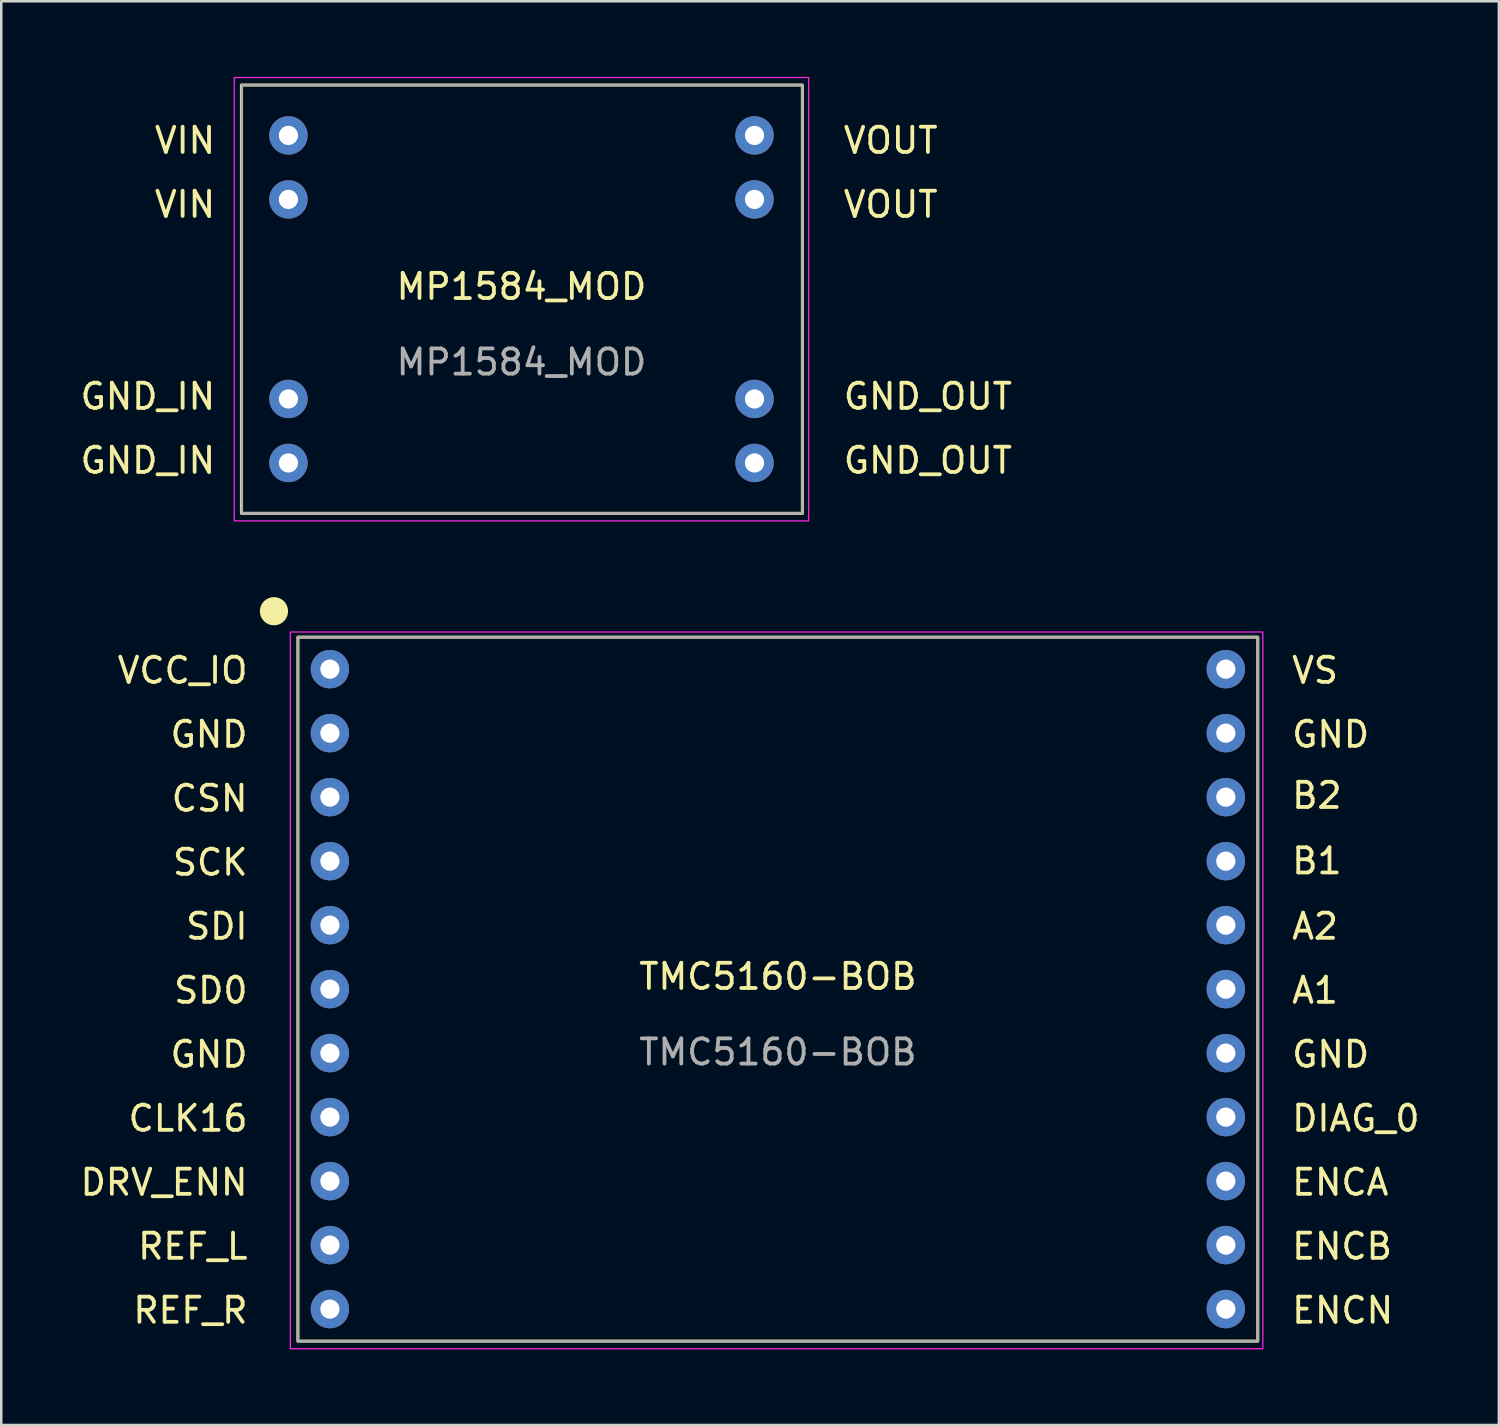
<source format=kicad_pcb>
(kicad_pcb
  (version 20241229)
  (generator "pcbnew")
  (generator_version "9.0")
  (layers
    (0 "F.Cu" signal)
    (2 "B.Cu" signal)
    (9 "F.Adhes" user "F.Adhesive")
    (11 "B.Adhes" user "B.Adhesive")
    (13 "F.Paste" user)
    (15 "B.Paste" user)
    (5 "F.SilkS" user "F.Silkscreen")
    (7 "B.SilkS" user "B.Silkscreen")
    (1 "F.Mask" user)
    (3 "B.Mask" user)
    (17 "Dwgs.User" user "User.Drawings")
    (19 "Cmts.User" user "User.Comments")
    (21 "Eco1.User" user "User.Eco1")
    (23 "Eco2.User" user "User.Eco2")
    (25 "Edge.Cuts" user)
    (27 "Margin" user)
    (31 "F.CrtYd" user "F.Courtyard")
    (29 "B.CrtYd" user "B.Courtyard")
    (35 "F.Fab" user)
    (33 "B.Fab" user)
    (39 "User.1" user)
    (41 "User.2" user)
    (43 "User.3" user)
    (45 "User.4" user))
  (footprint "TMC5160-BOB"
    (layer "F.Cu")
    (at 27.824 36.21)
    (property "Reference" "TMC5160-BOB" (at 0 -0.5 0) (unlocked yes) (layer "F.SilkS") (effects (font (size 1 1) (thickness 0.15))))
    (attr through_hole)
    (fp_rect (start -19.05 13.97) (end 19.05 -13.97) (stroke (width 0.12) (type default)) (fill no) (layer "F.SilkS"))
    (fp_circle (center -20 -15) (end -19.5 -15) (stroke (width 0.12) (type solid)) (fill yes) (layer "F.SilkS"))
    (fp_rect (start -19.35 -14.175) (end 19.25 14.275) (stroke (width 0.05) (type default)) (fill no) (layer "F.CrtYd"))
    (fp_rect (start 19.05 -13.975) (end -19.05 13.975) (stroke (width 0.1) (type default)) (fill no) (layer "F.Fab"))
    (fp_text user "DRV_ENN" (at -20.955 8.255 0) (unlocked yes) (layer "F.SilkS") (effects (font (size 1 1) (thickness 0.15)) (justify right bottom)))
    (fp_text user "GND" (at -20.955 -9.525 0) (unlocked yes) (layer "F.SilkS") (effects (font (size 1 1) (thickness 0.15)) (justify right bottom)))
    (fp_text user "ENCB" (at 20.32 10.795 0) (unlocked yes) (layer "F.SilkS") (effects (font (size 1 1) (thickness 0.15)) (justify left bottom)))
    (fp_text user "VS" (at 20.32 -12.065 0) (unlocked yes) (layer "F.SilkS") (effects (font (size 1 1) (thickness 0.15)) (justify left bottom)))
    (fp_text user "ENCN" (at 20.32 13.335 0) (unlocked yes) (layer "F.SilkS") (effects (font (size 1 1) (thickness 0.15)) (justify left bottom)))
    (fp_text user "VCC_IO" (at -20.955 -12.065 0) (unlocked yes) (layer "F.SilkS") (effects (font (size 1 1) (thickness 0.15)) (justify right bottom)))
    (fp_text user "ENCA" (at 20.32 8.255 0) (unlocked yes) (layer "F.SilkS") (effects (font (size 1 1) (thickness 0.15)) (justify left bottom)))
    (fp_text user "GND" (at -20.955 3.175 0) (unlocked yes) (layer "F.SilkS") (effects (font (size 1 1) (thickness 0.15)) (justify right bottom)))
    (fp_text user "B1" (at 20.32 -4.5 0) (unlocked yes) (layer "F.SilkS") (effects (font (size 1 1) (thickness 0.15)) (justify left bottom)))
    (fp_text user "SD0" (at -20.955 0.635 0) (unlocked yes) (layer "F.SilkS") (effects (font (size 1 1) (thickness 0.15)) (justify right bottom)))
    (fp_text user "A1" (at 20.32 0.635 0) (unlocked yes) (layer "F.SilkS") (effects (font (size 1 1) (thickness 0.15)) (justify left bottom)))
    (fp_text user "DIAG_0" (at 20.32 5.715 0) (unlocked yes) (layer "F.SilkS") (effects (font (size 1 1) (thickness 0.15)) (justify left bottom)))
    (fp_text user "CSN" (at -20.955 -6.985 0) (unlocked yes) (layer "F.SilkS") (effects (font (size 1 1) (thickness 0.15)) (justify right bottom)))
    (fp_text user "A2" (at 20.32 -1.905 0) (unlocked yes) (layer "F.SilkS") (effects (font (size 1 1) (thickness 0.15)) (justify left bottom)))
    (fp_text user "B2" (at 20.32 -7.1 0) (unlocked yes) (layer "F.SilkS") (effects (font (size 1 1) (thickness 0.15)) (justify left bottom)))
    (fp_text user "REF_L" (at -20.955 10.795 0) (unlocked yes) (layer "F.SilkS") (effects (font (size 1 1) (thickness 0.15)) (justify right bottom)))
    (fp_text user "GND" (at 20.32 3.175 0) (unlocked yes) (layer "F.SilkS") (effects (font (size 1 1) (thickness 0.15)) (justify left bottom)))
    (fp_text user "GND" (at 20.32 -9.525 0) (unlocked yes) (layer "F.SilkS") (effects (font (size 1 1) (thickness 0.15)) (justify left bottom)))
    (fp_text user "SDI" (at -20.955 -1.905 0) (unlocked yes) (layer "F.SilkS") (effects (font (size 1 1) (thickness 0.15)) (justify right bottom)))
    (fp_text user "SCK" (at -20.955 -4.445 0) (unlocked yes) (layer "F.SilkS") (effects (font (size 1 1) (thickness 0.15)) (justify right bottom)))
    (fp_text user "REF_R" (at -20.955 13.335 0) (unlocked yes) (layer "F.SilkS") (effects (font (size 1 1) (thickness 0.15)) (justify right bottom)))
    (fp_text user "CLK16" (at -20.955 5.715 0) (unlocked yes) (layer "F.SilkS") (effects (font (size 1 1) (thickness 0.15)) (justify right bottom)))
    (fp_text user "${REFERENCE}" (at 0 2.5 0) (unlocked yes) (layer "F.Fab") (effects (font (size 1 1) (thickness 0.15))))
    (pad "1" thru_hole circle (at -17.78 -12.7) (size 1.524 1.524) (drill 0.762) (layers "*.Cu" "*.Mask"))
    (pad "2" thru_hole circle (at -17.78 -10.16) (size 1.524 1.524) (drill 0.762) (layers "*.Cu" "*.Mask"))
    (pad "3" thru_hole circle (at -17.78 -7.62) (size 1.524 1.524) (drill 0.762) (layers "*.Cu" "*.Mask"))
    (pad "4" thru_hole circle (at -17.78 -5.08) (size 1.524 1.524) (drill 0.762) (layers "*.Cu" "*.Mask"))
    (pad "5" thru_hole circle (at -17.78 -2.54) (size 1.524 1.524) (drill 0.762) (layers "*.Cu" "*.Mask"))
    (pad "6" thru_hole circle (at -17.78 0) (size 1.524 1.524) (drill 0.762) (layers "*.Cu" "*.Mask"))
    (pad "7" thru_hole circle (at -17.78 2.54) (size 1.524 1.524) (drill 0.762) (layers "*.Cu" "*.Mask"))
    (pad "8" thru_hole circle (at -17.78 5.08) (size 1.524 1.524) (drill 0.762) (layers "*.Cu" "*.Mask"))
    (pad "9" thru_hole circle (at -17.78 7.62) (size 1.524 1.524) (drill 0.762) (layers "*.Cu" "*.Mask"))
    (pad "10" thru_hole circle (at -17.78 10.16) (size 1.524 1.524) (drill 0.762) (layers "*.Cu" "*.Mask"))
    (pad "11" thru_hole circle (at -17.78 12.7) (size 1.524 1.524) (drill 0.762) (layers "*.Cu" "*.Mask"))
    (pad "12" thru_hole circle (at 17.78 12.7) (size 1.524 1.524) (drill 0.762) (layers "*.Cu" "*.Mask"))
    (pad "13" thru_hole circle (at 17.78 10.16) (size 1.524 1.524) (drill 0.762) (layers "*.Cu" "*.Mask"))
    (pad "14" thru_hole circle (at 17.78 7.62) (size 1.524 1.524) (drill 0.762) (layers "*.Cu" "*.Mask"))
    (pad "15" thru_hole circle (at 17.78 5.08) (size 1.524 1.524) (drill 0.762) (layers "*.Cu" "*.Mask"))
    (pad "16" thru_hole circle (at 17.78 2.54) (size 1.524 1.524) (drill 0.762) (layers "*.Cu" "*.Mask"))
    (pad "17" thru_hole circle (at 17.78 0) (size 1.524 1.524) (drill 0.762) (layers "*.Cu" "*.Mask"))
    (pad "18" thru_hole circle (at 17.78 -2.54) (size 1.524 1.524) (drill 0.762) (layers "*.Cu" "*.Mask"))
    (pad "19" thru_hole circle (at 17.78 -5.08) (size 1.524 1.524) (drill 0.762) (layers "*.Cu" "*.Mask"))
    (pad "20" thru_hole circle (at 17.78 -7.62) (size 1.524 1.524) (drill 0.762) (layers "*.Cu" "*.Mask"))
    (pad "21" thru_hole circle (at 17.78 -10.16) (size 1.524 1.524) (drill 0.762) (layers "*.Cu" "*.Mask"))
    (pad "22" thru_hole circle (at 17.78 -12.7) (size 1.524 1.524) (drill 0.762) (layers "*.Cu" "*.Mask")))
  (footprint "MP1584_MOD"
    (layer "F.Cu")
    (at 17.648 8.825)
    (property "Reference" "MP1584_MOD" (at 0 -0.5 0) (unlocked yes) (layer "F.SilkS") (effects (font (size 1 1) (thickness 0.15))))
    (attr through_hole)
    (fp_rect (start 11.15 -8.5) (end -11.115 8.5) (stroke (width 0.12) (type default)) (fill no) (layer "F.SilkS"))
    (fp_rect (start -11.4 -8.8) (end 11.4 8.8) (stroke (width 0.05) (type default)) (fill no) (layer "F.CrtYd"))
    (fp_rect (start -11.1 -8.5) (end 11.15 8.5) (stroke (width 0.1) (type default)) (fill no) (layer "F.Fab"))
    (fp_text user "GND_OUT" (at 12.7 4.445 0) (unlocked yes) (layer "F.SilkS") (effects (font (size 1 1) (thickness 0.15)) (justify left bottom)))
    (fp_text user "GND_IN" (at -12.065 6.985 0) (unlocked yes) (layer "F.SilkS") (effects (font (size 1 1) (thickness 0.15)) (justify right bottom)))
    (fp_text user "GND_OUT" (at 12.7 6.985 0) (unlocked yes) (layer "F.SilkS") (effects (font (size 1 1) (thickness 0.15)) (justify left bottom)))
    (fp_text user "VOUT" (at 12.7 -5.715 0) (unlocked yes) (layer "F.SilkS") (effects (font (size 1 1) (thickness 0.15)) (justify left bottom)))
    (fp_text user "VIN" (at -12.065 -5.715 0) (unlocked yes) (layer "F.SilkS") (effects (font (size 1 1) (thickness 0.15)) (justify right bottom)))
    (fp_text user "VIN" (at -12.065 -3.175 0) (unlocked yes) (layer "F.SilkS") (effects (font (size 1 1) (thickness 0.15)) (justify right bottom)))
    (fp_text user "GND_IN" (at -12.065 4.445 0) (unlocked yes) (layer "F.SilkS") (effects (font (size 1 1) (thickness 0.15)) (justify right bottom)))
    (fp_text user "VOUT" (at 12.7 -3.175 0) (unlocked yes) (layer "F.SilkS") (effects (font (size 1 1) (thickness 0.15)) (justify left bottom)))
    (fp_text user "${REFERENCE}" (at 0 2.5 0) (unlocked yes) (layer "F.Fab") (effects (font (size 1 1) (thickness 0.15))))
    (pad "1" thru_hole circle (at -9.25 -6.5) (size 1.524 1.524) (drill 0.762) (layers "*.Cu" "*.Mask"))
    (pad "1" thru_hole circle (at -9.25 -3.96) (size 1.524 1.524) (drill 0.762) (layers "*.Cu" "*.Mask"))
    (pad "2" thru_hole circle (at -9.25 3.96) (size 1.524 1.524) (drill 0.762) (layers "*.Cu" "*.Mask"))
    (pad "2" thru_hole circle (at -9.25 6.5) (size 1.524 1.524) (drill 0.762) (layers "*.Cu" "*.Mask"))
    (pad "3" thru_hole circle (at 9.25 3.96) (size 1.524 1.524) (drill 0.762) (layers "*.Cu" "*.Mask"))
    (pad "3" thru_hole circle (at 9.25 6.5) (size 1.524 1.524) (drill 0.762) (layers "*.Cu" "*.Mask"))
    (pad "4" thru_hole circle (at 9.25 -6.5) (size 1.524 1.524) (drill 0.762) (layers "*.Cu" "*.Mask"))
    (pad "4" thru_hole circle (at 9.25 -3.96) (size 1.524 1.524) (drill 0.762) (layers "*.Cu" "*.Mask")))
  (gr_rect
    (start -3 -3)
    (end 56.442 53.51)
    (stroke (width 0.1) (type default))
    (fill no)
    (layer "Edge.Cuts")))
</source>
